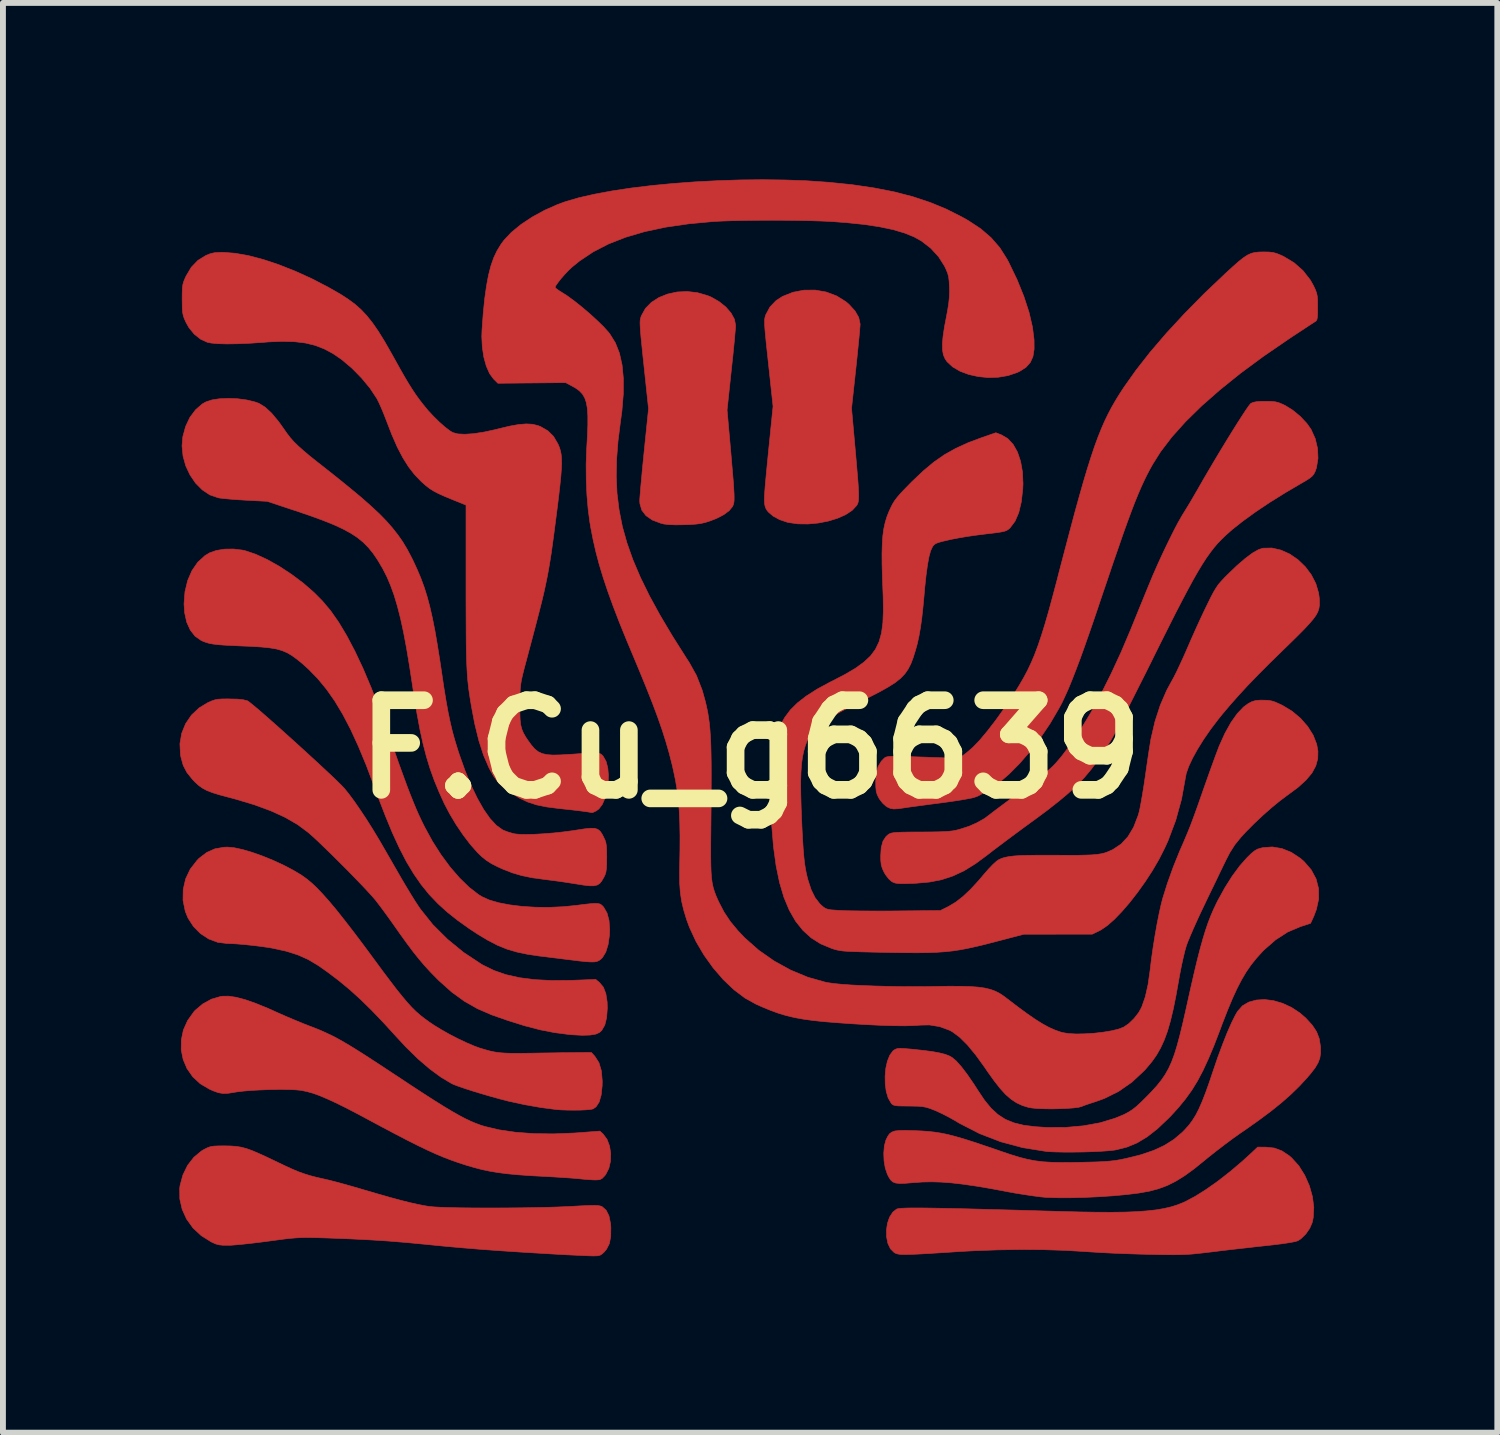
<source format=kicad_pcb>
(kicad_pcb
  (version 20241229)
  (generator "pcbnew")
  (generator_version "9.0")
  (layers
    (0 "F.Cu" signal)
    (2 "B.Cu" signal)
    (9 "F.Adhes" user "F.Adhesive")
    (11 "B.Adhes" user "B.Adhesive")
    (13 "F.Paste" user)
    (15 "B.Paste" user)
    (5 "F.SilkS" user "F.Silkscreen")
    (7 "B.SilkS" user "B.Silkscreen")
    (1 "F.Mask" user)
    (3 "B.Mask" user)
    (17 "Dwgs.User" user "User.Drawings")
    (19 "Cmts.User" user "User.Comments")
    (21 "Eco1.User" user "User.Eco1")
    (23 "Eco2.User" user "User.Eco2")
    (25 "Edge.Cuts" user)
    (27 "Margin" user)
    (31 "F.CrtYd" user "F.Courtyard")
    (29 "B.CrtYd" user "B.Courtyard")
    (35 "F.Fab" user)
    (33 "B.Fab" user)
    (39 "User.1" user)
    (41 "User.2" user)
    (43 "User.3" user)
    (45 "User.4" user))
  (footprint "F.Cu_g6639"
    (layer "F.Cu")
    (at 9.71 9.689)
    (property "Reference" "F.Cu_g6639" (at 0 0 0) (layer "F.SilkS") (effects (font (size 1.524 1.524) (thickness 0.3))))
    (attr through_hole)
    (fp_poly (pts (xy 1.287 -7.774) (xy 1.463 -7.708) (xy 1.62 -7.61) (xy 1.674 -7.564) (xy 1.777 -7.451) (xy 1.839 -7.342) (xy 1.862 -7.236) (xy 1.863 -7.224) (xy 1.86 -7.183) (xy 1.854 -7.107) (xy 1.844 -7) (xy 1.831 -6.868) (xy 1.816 -6.717) (xy 1.799 -6.553) (xy 1.79 -6.47) (xy 1.717 -5.797) (xy 1.779 -5.105) (xy 1.798 -4.888) (xy 1.813 -4.709) (xy 1.825 -4.564) (xy 1.833 -4.449) (xy 1.837 -4.36) (xy 1.838 -4.292) (xy 1.835 -4.241) (xy 1.83 -4.204) (xy 1.821 -4.176) (xy 1.809 -4.153) (xy 1.804 -4.145) (xy 1.727 -4.062) (xy 1.616 -3.989) (xy 1.478 -3.928) (xy 1.321 -3.88) (xy 1.151 -3.847) (xy 0.977 -3.831) (xy 0.806 -3.833) (xy 0.644 -3.856) (xy 0.624 -3.861) (xy 0.496 -3.904) (xy 0.385 -3.964) (xy 0.302 -4.035) (xy 0.281 -4.062) (xy 0.265 -4.087) (xy 0.253 -4.114) (xy 0.244 -4.146) (xy 0.238 -4.188) (xy 0.236 -4.243) (xy 0.238 -4.317) (xy 0.244 -4.411) (xy 0.254 -4.532) (xy 0.268 -4.682) (xy 0.286 -4.867) (xy 0.308 -5.089) (xy 0.383 -5.831) (xy 0.304 -6.564) (xy 0.283 -6.759) (xy 0.266 -6.917) (xy 0.254 -7.042) (xy 0.245 -7.139) (xy 0.24 -7.213) (xy 0.239 -7.268) (xy 0.24 -7.309) (xy 0.245 -7.34) (xy 0.252 -7.367) (xy 0.26 -7.389) (xy 0.331 -7.521) (xy 0.435 -7.629) (xy 0.543 -7.699) (xy 0.721 -7.77) (xy 0.909 -7.806) (xy 1.1 -7.807) (xy 1.287 -7.774)) (stroke (width 0.01) (type solid)) (fill yes) (layer "F.Cu"))
    (fp_poly (pts (xy -0.902 -7.763) (xy -0.732 -7.714) (xy -0.667 -7.687) (xy -0.533 -7.61) (xy -0.419 -7.518) (xy -0.331 -7.416) (xy -0.274 -7.311) (xy -0.254 -7.209) (xy -0.254 -7.208) (xy -0.256 -7.166) (xy -0.263 -7.087) (xy -0.272 -6.979) (xy -0.285 -6.845) (xy -0.3 -6.694) (xy -0.318 -6.529) (xy -0.327 -6.444) (xy -0.399 -5.768) (xy -0.337 -5.069) (xy -0.319 -4.856) (xy -0.304 -4.681) (xy -0.292 -4.539) (xy -0.285 -4.427) (xy -0.28 -4.34) (xy -0.279 -4.274) (xy -0.28 -4.225) (xy -0.285 -4.189) (xy -0.292 -4.161) (xy -0.302 -4.137) (xy -0.307 -4.127) (xy -0.363 -4.058) (xy -0.455 -3.989) (xy -0.579 -3.925) (xy -0.691 -3.882) (xy -0.772 -3.856) (xy -0.848 -3.839) (xy -0.932 -3.828) (xy -1.036 -3.821) (xy -1.132 -3.818) (xy -1.275 -3.816) (xy -1.385 -3.82) (xy -1.471 -3.83) (xy -1.524 -3.843) (xy -1.67 -3.898) (xy -1.778 -3.973) (xy -1.849 -4.066) (xy -1.881 -4.178) (xy -1.884 -4.223) (xy -1.882 -4.269) (xy -1.875 -4.351) (xy -1.866 -4.464) (xy -1.853 -4.602) (xy -1.839 -4.759) (xy -1.822 -4.929) (xy -1.809 -5.059) (xy -1.734 -5.789) (xy -1.813 -6.532) (xy -1.834 -6.729) (xy -1.85 -6.888) (xy -1.863 -7.015) (xy -1.871 -7.113) (xy -1.876 -7.187) (xy -1.878 -7.243) (xy -1.877 -7.285) (xy -1.872 -7.317) (xy -1.865 -7.344) (xy -1.856 -7.37) (xy -1.855 -7.372) (xy -1.786 -7.496) (xy -1.685 -7.599) (xy -1.557 -7.681) (xy -1.41 -7.74) (xy -1.247 -7.775) (xy -1.076 -7.783) (xy -0.902 -7.763)) (stroke (width 0.01) (type solid)) (fill yes) (layer "F.Cu"))
    (fp_poly (pts (xy 8.761 6.764) (xy 8.905 6.779) (xy 9.035 6.828) (xy 9.16 6.912) (xy 9.199 6.946) (xy 9.322 7.082) (xy 9.423 7.244) (xy 9.501 7.421) (xy 9.553 7.606) (xy 9.576 7.789) (xy 9.566 7.964) (xy 9.548 8.048) (xy 9.506 8.145) (xy 9.439 8.241) (xy 9.359 8.319) (xy 9.307 8.354) (xy 9.259 8.369) (xy 9.171 8.386) (xy 9.045 8.405) (xy 8.884 8.425) (xy 8.775 8.437) (xy 8.598 8.456) (xy 8.398 8.479) (xy 8.192 8.502) (xy 7.997 8.525) (xy 7.853 8.543) (xy 7.716 8.559) (xy 7.601 8.572) (xy 7.499 8.582) (xy 7.401 8.588) (xy 7.3 8.591) (xy 7.186 8.593) (xy 7.052 8.592) (xy 6.888 8.589) (xy 6.784 8.587) (xy 6.594 8.582) (xy 6.388 8.575) (xy 6.179 8.567) (xy 5.978 8.557) (xy 5.799 8.546) (xy 5.694 8.539) (xy 5.357 8.519) (xy 4.989 8.507) (xy 4.603 8.504) (xy 4.208 8.51) (xy 3.816 8.524) (xy 3.556 8.538) (xy 3.32 8.554) (xy 3.122 8.566) (xy 2.959 8.576) (xy 2.826 8.583) (xy 2.721 8.587) (xy 2.64 8.589) (xy 2.578 8.588) (xy 2.532 8.585) (xy 2.498 8.579) (xy 2.473 8.571) (xy 2.453 8.561) (xy 2.442 8.555) (xy 2.378 8.491) (xy 2.335 8.4) (xy 2.313 8.291) (xy 2.311 8.174) (xy 2.328 8.059) (xy 2.364 7.954) (xy 2.419 7.869) (xy 2.484 7.817) (xy 2.501 7.812) (xy 2.53 7.807) (xy 2.573 7.803) (xy 2.632 7.8) (xy 2.709 7.798) (xy 2.806 7.798) (xy 2.925 7.798) (xy 3.068 7.8) (xy 3.238 7.803) (xy 3.435 7.807) (xy 3.663 7.812) (xy 3.924 7.819) (xy 4.219 7.827) (xy 4.55 7.836) (xy 4.92 7.847) (xy 5.251 7.856) (xy 5.585 7.865) (xy 5.88 7.87) (xy 6.141 7.871) (xy 6.369 7.868) (xy 6.569 7.86) (xy 6.743 7.847) (xy 6.896 7.83) (xy 7.03 7.807) (xy 7.15 7.779) (xy 7.258 7.745) (xy 7.358 7.705) (xy 7.387 7.692) (xy 7.555 7.603) (xy 7.743 7.485) (xy 7.942 7.345) (xy 8.145 7.187) (xy 8.346 7.017) (xy 8.456 6.918) (xy 8.622 6.763) (xy 8.761 6.764)) (stroke (width 0.01) (type solid)) (fill yes) (layer "F.Cu"))
    (fp_poly (pts (xy -8.745 4.216) (xy -8.593 4.256) (xy -8.414 4.319) (xy -8.205 4.404) (xy -8.036 4.48) (xy -7.907 4.537) (xy -7.758 4.6) (xy -7.611 4.661) (xy -7.513 4.699) (xy -7.404 4.741) (xy -7.303 4.782) (xy -7.208 4.825) (xy -7.113 4.87) (xy -7.014 4.922) (xy -6.908 4.982) (xy -6.789 5.053) (xy -6.654 5.137) (xy -6.499 5.236) (xy -6.318 5.354) (xy -6.109 5.492) (xy -6.011 5.556) (xy -5.77 5.716) (xy -5.56 5.853) (xy -5.378 5.97) (xy -5.22 6.069) (xy -5.083 6.151) (xy -4.964 6.219) (xy -4.859 6.275) (xy -4.765 6.32) (xy -4.678 6.357) (xy -4.595 6.388) (xy -4.519 6.412) (xy -4.272 6.47) (xy -3.992 6.511) (xy -3.683 6.534) (xy -3.35 6.538) (xy -2.999 6.524) (xy -2.927 6.519) (xy -2.561 6.491) (xy -2.506 6.542) (xy -2.44 6.631) (xy -2.397 6.744) (xy -2.377 6.872) (xy -2.381 7.002) (xy -2.409 7.124) (xy -2.462 7.228) (xy -2.48 7.251) (xy -2.523 7.295) (xy -2.563 7.316) (xy -2.618 7.321) (xy -2.653 7.321) (xy -2.736 7.317) (xy -2.834 7.309) (xy -2.904 7.302) (xy -2.968 7.296) (xy -3.065 7.288) (xy -3.188 7.28) (xy -3.326 7.271) (xy -3.471 7.263) (xy -3.507 7.261) (xy -3.749 7.248) (xy -3.957 7.233) (xy -4.136 7.216) (xy -4.293 7.196) (xy -4.437 7.172) (xy -4.573 7.143) (xy -4.709 7.107) (xy -4.832 7.071) (xy -4.963 7.029) (xy -5.089 6.984) (xy -5.216 6.936) (xy -5.349 6.88) (xy -5.49 6.816) (xy -5.646 6.741) (xy -5.822 6.653) (xy -6.02 6.55) (xy -6.247 6.43) (xy -6.449 6.322) (xy -6.682 6.197) (xy -6.882 6.093) (xy -7.055 6.008) (xy -7.203 5.94) (xy -7.331 5.886) (xy -7.443 5.846) (xy -7.544 5.818) (xy -7.636 5.799) (xy -7.641 5.798) (xy -7.733 5.789) (xy -7.858 5.784) (xy -8.005 5.783) (xy -8.165 5.785) (xy -8.328 5.791) (xy -8.484 5.799) (xy -8.625 5.811) (xy -8.739 5.825) (xy -8.774 5.831) (xy -8.882 5.848) (xy -8.968 5.851) (xy -9.047 5.838) (xy -9.136 5.806) (xy -9.197 5.779) (xy -9.355 5.686) (xy -9.483 5.567) (xy -9.581 5.427) (xy -9.646 5.273) (xy -9.679 5.109) (xy -9.677 4.94) (xy -9.642 4.772) (xy -9.57 4.611) (xy -9.462 4.46) (xy -9.441 4.437) (xy -9.313 4.329) (xy -9.165 4.248) (xy -9.008 4.202) (xy -8.977 4.198) (xy -8.872 4.197) (xy -8.745 4.216)) (stroke (width 0.01) (type solid)) (fill yes) (layer "F.Cu"))
    (fp_poly (pts (xy -8.943 6.742) (xy -8.839 6.744) (xy -8.747 6.751) (xy -8.662 6.764) (xy -8.574 6.787) (xy -8.478 6.821) (xy -8.365 6.869) (xy -8.227 6.932) (xy -8.097 6.994) (xy -7.934 7.072) (xy -7.8 7.134) (xy -7.686 7.182) (xy -7.582 7.219) (xy -7.482 7.25) (xy -7.374 7.278) (xy -7.271 7.301) (xy -7.184 7.321) (xy -7.066 7.351) (xy -6.929 7.388) (xy -6.782 7.429) (xy -6.637 7.471) (xy -6.625 7.475) (xy -6.365 7.551) (xy -6.142 7.615) (xy -5.95 7.667) (xy -5.786 7.708) (xy -5.647 7.739) (xy -5.527 7.762) (xy -5.457 7.773) (xy -5.379 7.78) (xy -5.265 7.786) (xy -5.119 7.791) (xy -4.946 7.795) (xy -4.753 7.797) (xy -4.545 7.798) (xy -4.326 7.798) (xy -4.103 7.797) (xy -3.881 7.795) (xy -3.665 7.791) (xy -3.46 7.787) (xy -3.272 7.781) (xy -3.107 7.774) (xy -3.044 7.771) (xy -2.89 7.762) (xy -2.773 7.757) (xy -2.686 7.754) (xy -2.623 7.755) (xy -2.579 7.759) (xy -2.547 7.766) (xy -2.523 7.776) (xy -2.455 7.836) (xy -2.407 7.931) (xy -2.38 8.064) (xy -2.375 8.129) (xy -2.377 8.281) (xy -2.4 8.403) (xy -2.448 8.498) (xy -2.487 8.545) (xy -2.526 8.581) (xy -2.56 8.602) (xy -2.604 8.611) (xy -2.67 8.613) (xy -2.713 8.612) (xy -2.773 8.61) (xy -2.869 8.606) (xy -2.994 8.6) (xy -3.141 8.593) (xy -3.302 8.584) (xy -3.472 8.574) (xy -3.524 8.571) (xy -3.905 8.548) (xy -4.252 8.525) (xy -4.573 8.502) (xy -4.877 8.477) (xy -5.171 8.451) (xy -5.465 8.422) (xy -5.546 8.414) (xy -5.85 8.385) (xy -6.155 8.36) (xy -6.47 8.34) (xy -6.805 8.323) (xy -7.17 8.309) (xy -7.26 8.306) (xy -7.402 8.302) (xy -7.518 8.3) (xy -7.618 8.301) (xy -7.712 8.305) (xy -7.809 8.313) (xy -7.921 8.325) (xy -8.056 8.343) (xy -8.191 8.361) (xy -8.344 8.381) (xy -8.495 8.399) (xy -8.633 8.414) (xy -8.752 8.425) (xy -8.842 8.432) (xy -8.869 8.432) (xy -8.964 8.432) (xy -9.032 8.425) (xy -9.091 8.41) (xy -9.155 8.381) (xy -9.175 8.371) (xy -9.34 8.267) (xy -9.479 8.137) (xy -9.588 7.986) (xy -9.663 7.82) (xy -9.703 7.645) (xy -9.705 7.464) (xy -9.699 7.416) (xy -9.65 7.236) (xy -9.571 7.074) (xy -9.464 6.936) (xy -9.334 6.828) (xy -9.282 6.798) (xy -9.231 6.773) (xy -9.183 6.756) (xy -9.129 6.747) (xy -9.055 6.743) (xy -8.952 6.742) (xy -8.943 6.742)) (stroke (width 0.01) (type solid)) (fill yes) (layer "F.Cu"))
    (fp_poly (pts (xy -8.776 1.674) (xy -8.633 1.705) (xy -8.471 1.753) (xy -8.296 1.815) (xy -8.117 1.888) (xy -7.941 1.969) (xy -7.775 2.056) (xy -7.628 2.144) (xy -7.628 2.145) (xy -7.547 2.203) (xy -7.462 2.273) (xy -7.371 2.359) (xy -7.272 2.463) (xy -7.162 2.587) (xy -7.039 2.734) (xy -6.902 2.907) (xy -6.747 3.107) (xy -6.573 3.338) (xy -6.404 3.567) (xy -6.256 3.768) (xy -6.128 3.938) (xy -6.019 4.081) (xy -5.923 4.2) (xy -5.839 4.3) (xy -5.762 4.385) (xy -5.689 4.457) (xy -5.617 4.52) (xy -5.542 4.579) (xy -5.462 4.637) (xy -5.387 4.688) (xy -5.265 4.763) (xy -5.124 4.843) (xy -4.975 4.92) (xy -4.829 4.989) (xy -4.698 5.045) (xy -4.614 5.076) (xy -4.518 5.105) (xy -4.433 5.129) (xy -4.352 5.146) (xy -4.268 5.158) (xy -4.173 5.165) (xy -4.06 5.169) (xy -3.922 5.169) (xy -3.752 5.167) (xy -3.683 5.166) (xy -3.521 5.163) (xy -3.36 5.161) (xy -3.208 5.158) (xy -3.075 5.157) (xy -2.97 5.156) (xy -2.925 5.155) (xy -2.706 5.154) (xy -2.645 5.222) (xy -2.577 5.329) (xy -2.536 5.468) (xy -2.521 5.641) (xy -2.523 5.723) (xy -2.54 5.879) (xy -2.574 5.997) (xy -2.626 6.077) (xy -2.677 6.113) (xy -2.719 6.122) (xy -2.794 6.129) (xy -2.891 6.134) (xy -3.002 6.135) (xy -3.115 6.134) (xy -3.222 6.13) (xy -3.302 6.124) (xy -3.563 6.09) (xy -3.838 6.042) (xy -4.104 5.984) (xy -4.119 5.981) (xy -4.258 5.945) (xy -4.406 5.904) (xy -4.558 5.86) (xy -4.704 5.816) (xy -4.838 5.773) (xy -4.952 5.734) (xy -5.039 5.702) (xy -5.082 5.682) (xy -5.26 5.576) (xy -5.452 5.435) (xy -5.654 5.262) (xy -5.86 5.06) (xy -6.017 4.891) (xy -6.238 4.649) (xy -6.441 4.437) (xy -6.632 4.25) (xy -6.817 4.083) (xy -7.002 3.93) (xy -7.192 3.786) (xy -7.353 3.673) (xy -7.519 3.574) (xy -7.696 3.495) (xy -7.895 3.432) (xy -8.124 3.382) (xy -8.139 3.379) (xy -8.285 3.356) (xy -8.445 3.336) (xy -8.606 3.319) (xy -8.753 3.307) (xy -8.875 3.302) (xy -8.892 3.302) (xy -9.056 3.282) (xy -9.212 3.224) (xy -9.352 3.132) (xy -9.471 3.012) (xy -9.564 2.868) (xy -9.61 2.755) (xy -9.648 2.568) (xy -9.645 2.382) (xy -9.604 2.203) (xy -9.525 2.037) (xy -9.41 1.889) (xy -9.374 1.852) (xy -9.244 1.753) (xy -9.106 1.692) (xy -8.952 1.665) (xy -8.89 1.663) (xy -8.776 1.674)) (stroke (width 0.01) (type solid)) (fill yes) (layer "F.Cu"))
    (fp_poly (pts (xy -8.858 -0.856) (xy -8.721 -0.853) (xy -8.622 -0.842) (xy -8.556 -0.825) (xy -8.552 -0.824) (xy -8.522 -0.803) (xy -8.464 -0.756) (xy -8.382 -0.688) (xy -8.281 -0.601) (xy -8.164 -0.498) (xy -8.035 -0.384) (xy -7.898 -0.261) (xy -7.756 -0.133) (xy -7.613 -0.003) (xy -7.473 0.125) (xy -7.339 0.248) (xy -7.216 0.363) (xy -7.107 0.465) (xy -7.016 0.553) (xy -6.947 0.621) (xy -6.904 0.667) (xy -6.829 0.76) (xy -6.738 0.883) (xy -6.637 1.029) (xy -6.53 1.19) (xy -6.423 1.36) (xy -6.319 1.532) (xy -6.281 1.598) (xy -6.213 1.715) (xy -6.133 1.854) (xy -6.048 2.002) (xy -5.966 2.144) (xy -5.927 2.212) (xy -5.854 2.335) (xy -5.779 2.459) (xy -5.708 2.574) (xy -5.646 2.669) (xy -5.612 2.718) (xy -5.401 2.982) (xy -5.154 3.228) (xy -4.878 3.454) (xy -4.577 3.653) (xy -4.551 3.668) (xy -4.366 3.759) (xy -4.16 3.831) (xy -3.928 3.883) (xy -3.668 3.916) (xy -3.377 3.931) (xy -3.051 3.928) (xy -3.015 3.927) (xy -2.632 3.912) (xy -2.567 3.967) (xy -2.502 4.045) (xy -2.46 4.154) (xy -2.438 4.295) (xy -2.435 4.401) (xy -2.447 4.563) (xy -2.478 4.688) (xy -2.53 4.778) (xy -2.567 4.813) (xy -2.631 4.842) (xy -2.728 4.858) (xy -2.861 4.862) (xy -3.031 4.853) (xy -3.095 4.847) (xy -3.329 4.817) (xy -3.575 4.769) (xy -3.837 4.701) (xy -4.122 4.612) (xy -4.399 4.515) (xy -4.64 4.411) (xy -4.864 4.284) (xy -5.08 4.127) (xy -5.295 3.935) (xy -5.335 3.895) (xy -5.442 3.786) (xy -5.541 3.678) (xy -5.637 3.565) (xy -5.737 3.44) (xy -5.845 3.295) (xy -5.967 3.126) (xy -6.044 3.016) (xy -6.124 2.903) (xy -6.207 2.788) (xy -6.286 2.681) (xy -6.353 2.594) (xy -6.378 2.561) (xy -6.437 2.493) (xy -6.52 2.402) (xy -6.624 2.292) (xy -6.743 2.169) (xy -6.87 2.039) (xy -7.002 1.907) (xy -7.132 1.778) (xy -7.256 1.658) (xy -7.367 1.551) (xy -7.461 1.465) (xy -7.522 1.412) (xy -7.701 1.279) (xy -7.912 1.157) (xy -8.157 1.045) (xy -8.438 0.942) (xy -8.758 0.846) (xy -8.867 0.817) (xy -9.021 0.776) (xy -9.142 0.739) (xy -9.237 0.703) (xy -9.313 0.663) (xy -9.38 0.616) (xy -9.444 0.557) (xy -9.489 0.51) (xy -9.582 0.394) (xy -9.645 0.273) (xy -9.684 0.131) (xy -9.692 0.09) (xy -9.701 -0.094) (xy -9.671 -0.271) (xy -9.604 -0.436) (xy -9.504 -0.582) (xy -9.373 -0.705) (xy -9.229 -0.792) (xy -9.164 -0.821) (xy -9.11 -0.84) (xy -9.054 -0.851) (xy -8.982 -0.856) (xy -8.884 -0.857) (xy -8.858 -0.856)) (stroke (width 0.01) (type solid)) (fill yes) (layer "F.Cu"))
    (fp_poly (pts (xy -8.642 -3.387) (xy -8.594 -3.377) (xy -8.413 -3.316) (xy -8.217 -3.226) (xy -8.011 -3.11) (xy -7.805 -2.975) (xy -7.606 -2.826) (xy -7.422 -2.666) (xy -7.279 -2.522) (xy -7.139 -2.355) (xy -7.001 -2.158) (xy -6.864 -1.929) (xy -6.726 -1.667) (xy -6.586 -1.37) (xy -6.445 -1.036) (xy -6.301 -0.663) (xy -6.161 -0.275) (xy -6.067 -0.006) (xy -5.985 0.228) (xy -5.912 0.429) (xy -5.848 0.604) (xy -5.79 0.756) (xy -5.737 0.888) (xy -5.688 1.007) (xy -5.64 1.116) (xy -5.592 1.218) (xy -5.542 1.319) (xy -5.409 1.563) (xy -5.263 1.792) (xy -5.108 2.002) (xy -4.947 2.188) (xy -4.786 2.345) (xy -4.629 2.467) (xy -4.568 2.505) (xy -4.443 2.562) (xy -4.282 2.609) (xy -4.093 2.645) (xy -3.882 2.671) (xy -3.655 2.685) (xy -3.42 2.687) (xy -3.181 2.676) (xy -2.963 2.654) (xy -2.824 2.636) (xy -2.721 2.625) (xy -2.647 2.62) (xy -2.595 2.622) (xy -2.558 2.631) (xy -2.531 2.649) (xy -2.505 2.675) (xy -2.495 2.688) (xy -2.44 2.783) (xy -2.406 2.911) (xy -2.395 3.064) (xy -2.398 3.154) (xy -2.421 3.317) (xy -2.461 3.447) (xy -2.517 3.54) (xy -2.544 3.566) (xy -2.575 3.59) (xy -2.61 3.606) (xy -2.654 3.614) (xy -2.715 3.615) (xy -2.799 3.61) (xy -2.913 3.598) (xy -3.016 3.585) (xy -3.124 3.572) (xy -3.259 3.555) (xy -3.406 3.537) (xy -3.549 3.519) (xy -3.588 3.515) (xy -3.794 3.484) (xy -3.975 3.446) (xy -4.141 3.397) (xy -4.301 3.332) (xy -4.465 3.247) (xy -4.643 3.14) (xy -4.784 3.047) (xy -4.979 2.908) (xy -5.155 2.768) (xy -5.315 2.623) (xy -5.463 2.468) (xy -5.599 2.3) (xy -5.727 2.115) (xy -5.85 1.91) (xy -5.969 1.68) (xy -6.088 1.422) (xy -6.208 1.131) (xy -6.334 0.805) (xy -6.395 0.638) (xy -6.531 0.276) (xy -6.665 -0.047) (xy -6.797 -0.335) (xy -6.931 -0.592) (xy -7.067 -0.819) (xy -7.209 -1.021) (xy -7.357 -1.201) (xy -7.515 -1.363) (xy -7.624 -1.461) (xy -7.717 -1.536) (xy -7.8 -1.596) (xy -7.881 -1.643) (xy -7.966 -1.679) (xy -8.062 -1.706) (xy -8.175 -1.725) (xy -8.312 -1.739) (xy -8.48 -1.75) (xy -8.636 -1.756) (xy -8.808 -1.764) (xy -8.945 -1.771) (xy -9.051 -1.779) (xy -9.134 -1.789) (xy -9.201 -1.801) (xy -9.256 -1.817) (xy -9.307 -1.836) (xy -9.34 -1.851) (xy -9.443 -1.923) (xy -9.525 -2.028) (xy -9.586 -2.163) (xy -9.621 -2.323) (xy -9.631 -2.473) (xy -9.615 -2.68) (xy -9.569 -2.87) (xy -9.496 -3.038) (xy -9.398 -3.18) (xy -9.277 -3.291) (xy -9.198 -3.339) (xy -9.083 -3.38) (xy -8.943 -3.403) (xy -8.791 -3.405) (xy -8.642 -3.387)) (stroke (width 0.01) (type solid)) (fill yes) (layer "F.Cu"))
    (fp_poly (pts (xy 8.89 4.273) (xy 9.044 4.318) (xy 9.196 4.388) (xy 9.34 4.483) (xy 9.442 4.572) (xy 9.55 4.691) (xy 9.624 4.803) (xy 9.668 4.919) (xy 9.689 5.049) (xy 9.691 5.072) (xy 9.691 5.168) (xy 9.678 5.252) (xy 9.647 5.332) (xy 9.596 5.418) (xy 9.519 5.517) (xy 9.458 5.588) (xy 9.329 5.728) (xy 9.189 5.864) (xy 9.033 6.002) (xy 8.856 6.145) (xy 8.653 6.297) (xy 8.419 6.463) (xy 8.328 6.525) (xy 8.205 6.612) (xy 8.064 6.717) (xy 7.919 6.828) (xy 7.784 6.935) (xy 7.728 6.981) (xy 7.545 7.129) (xy 7.382 7.248) (xy 7.231 7.342) (xy 7.086 7.415) (xy 6.938 7.47) (xy 6.781 7.512) (xy 6.606 7.543) (xy 6.6 7.544) (xy 6.399 7.569) (xy 6.173 7.59) (xy 5.932 7.606) (xy 5.687 7.618) (xy 5.449 7.624) (xy 5.229 7.624) (xy 5.039 7.618) (xy 5.016 7.617) (xy 4.925 7.608) (xy 4.804 7.592) (xy 4.662 7.571) (xy 4.51 7.547) (xy 4.36 7.52) (xy 4.348 7.517) (xy 4.068 7.465) (xy 3.823 7.424) (xy 3.608 7.393) (xy 3.416 7.371) (xy 3.243 7.358) (xy 3.081 7.353) (xy 2.926 7.356) (xy 2.772 7.367) (xy 2.765 7.367) (xy 2.634 7.378) (xy 2.538 7.381) (xy 2.469 7.374) (xy 2.419 7.355) (xy 2.382 7.321) (xy 2.349 7.27) (xy 2.326 7.224) (xy 2.291 7.121) (xy 2.27 6.997) (xy 2.265 6.866) (xy 2.275 6.744) (xy 2.301 6.645) (xy 2.303 6.641) (xy 2.332 6.581) (xy 2.362 6.538) (xy 2.401 6.508) (xy 2.454 6.489) (xy 2.53 6.481) (xy 2.633 6.479) (xy 2.771 6.483) (xy 2.789 6.483) (xy 2.914 6.489) (xy 3.027 6.497) (xy 3.134 6.509) (xy 3.242 6.526) (xy 3.354 6.549) (xy 3.477 6.581) (xy 3.617 6.621) (xy 3.778 6.672) (xy 3.966 6.735) (xy 4.187 6.81) (xy 4.256 6.834) (xy 4.424 6.891) (xy 4.57 6.936) (xy 4.704 6.97) (xy 4.833 6.995) (xy 4.966 7.012) (xy 5.11 7.021) (xy 5.276 7.025) (xy 5.47 7.024) (xy 5.598 7.022) (xy 5.77 7.018) (xy 5.907 7.014) (xy 6.018 7.008) (xy 6.11 7.001) (xy 6.192 6.992) (xy 6.271 6.979) (xy 6.355 6.962) (xy 6.392 6.954) (xy 6.641 6.892) (xy 6.854 6.819) (xy 7.037 6.734) (xy 7.197 6.633) (xy 7.339 6.513) (xy 7.385 6.466) (xy 7.452 6.391) (xy 7.512 6.311) (xy 7.568 6.221) (xy 7.622 6.116) (xy 7.677 5.991) (xy 7.736 5.84) (xy 7.801 5.658) (xy 7.861 5.479) (xy 7.945 5.233) (xy 8.028 5.01) (xy 8.106 4.813) (xy 8.179 4.647) (xy 8.245 4.515) (xy 8.282 4.453) (xy 8.363 4.361) (xy 8.47 4.298) (xy 8.598 4.263) (xy 8.739 4.254) (xy 8.89 4.273)) (stroke (width 0.01) (type solid)) (fill yes) (layer "F.Cu"))
    (fp_poly (pts (xy 9.033 1.687) (xy 9.194 1.752) (xy 9.347 1.853) (xy 9.409 1.907) (xy 9.532 2.049) (xy 9.615 2.204) (xy 9.657 2.369) (xy 9.659 2.543) (xy 9.619 2.725) (xy 9.577 2.836) (xy 9.521 2.958) (xy 9.344 3.016) (xy 9.13 3.107) (xy 8.925 3.24) (xy 8.728 3.412) (xy 8.698 3.443) (xy 8.6 3.552) (xy 8.511 3.663) (xy 8.428 3.782) (xy 8.35 3.914) (xy 8.272 4.064) (xy 8.192 4.238) (xy 8.108 4.44) (xy 8.016 4.676) (xy 7.98 4.773) (xy 7.879 5.036) (xy 7.783 5.264) (xy 7.691 5.463) (xy 7.598 5.639) (xy 7.5 5.798) (xy 7.394 5.945) (xy 7.277 6.088) (xy 7.145 6.233) (xy 7.101 6.277) (xy 6.919 6.45) (xy 6.744 6.587) (xy 6.574 6.69) (xy 6.4 6.762) (xy 6.219 6.808) (xy 6.179 6.815) (xy 6.084 6.825) (xy 5.957 6.834) (xy 5.808 6.841) (xy 5.646 6.846) (xy 5.481 6.848) (xy 5.322 6.848) (xy 5.181 6.845) (xy 5.066 6.84) (xy 5.019 6.835) (xy 4.626 6.772) (xy 4.253 6.672) (xy 3.897 6.535) (xy 3.554 6.359) (xy 3.474 6.311) (xy 3.371 6.253) (xy 3.256 6.194) (xy 3.149 6.145) (xy 3.125 6.135) (xy 3.048 6.105) (xy 2.985 6.086) (xy 2.924 6.074) (xy 2.85 6.068) (xy 2.754 6.066) (xy 2.692 6.065) (xy 2.582 6.064) (xy 2.507 6.062) (xy 2.457 6.056) (xy 2.426 6.046) (xy 2.404 6.031) (xy 2.39 6.014) (xy 2.34 5.927) (xy 2.307 5.816) (xy 2.29 5.689) (xy 2.288 5.555) (xy 2.3 5.423) (xy 2.327 5.302) (xy 2.368 5.2) (xy 2.422 5.127) (xy 2.444 5.111) (xy 2.471 5.096) (xy 2.502 5.087) (xy 2.545 5.084) (xy 2.61 5.087) (xy 2.704 5.095) (xy 2.758 5.1) (xy 2.945 5.12) (xy 3.096 5.14) (xy 3.214 5.162) (xy 3.306 5.185) (xy 3.377 5.212) (xy 3.426 5.239) (xy 3.499 5.301) (xy 3.587 5.4) (xy 3.688 5.533) (xy 3.8 5.697) (xy 3.865 5.798) (xy 3.978 5.967) (xy 4.089 6.102) (xy 4.205 6.209) (xy 4.331 6.291) (xy 4.475 6.35) (xy 4.641 6.391) (xy 4.838 6.416) (xy 5.038 6.429) (xy 5.357 6.428) (xy 5.659 6.401) (xy 5.94 6.35) (xy 6.193 6.274) (xy 6.346 6.211) (xy 6.422 6.171) (xy 6.49 6.128) (xy 6.56 6.073) (xy 6.64 5.999) (xy 6.721 5.919) (xy 6.823 5.814) (xy 6.91 5.718) (xy 6.985 5.624) (xy 7.05 5.529) (xy 7.107 5.428) (xy 7.158 5.316) (xy 7.206 5.187) (xy 7.252 5.038) (xy 7.299 4.863) (xy 7.349 4.657) (xy 7.404 4.416) (xy 7.421 4.339) (xy 7.485 4.051) (xy 7.543 3.799) (xy 7.595 3.581) (xy 7.644 3.391) (xy 7.69 3.226) (xy 7.734 3.081) (xy 7.778 2.952) (xy 7.823 2.835) (xy 7.87 2.725) (xy 7.921 2.618) (xy 7.943 2.574) (xy 8.064 2.354) (xy 8.191 2.153) (xy 8.32 1.979) (xy 8.444 1.839) (xy 8.444 1.839) (xy 8.515 1.77) (xy 8.569 1.726) (xy 8.617 1.698) (xy 8.672 1.681) (xy 8.709 1.672) (xy 8.869 1.66) (xy 9.033 1.687)) (stroke (width 0.01) (type solid)) (fill yes) (layer "F.Cu"))
    (fp_poly (pts (xy 8.814 -8.454) (xy 8.885 -8.446) (xy 8.949 -8.428) (xy 9.026 -8.396) (xy 9.066 -8.377) (xy 9.24 -8.272) (xy 9.393 -8.137) (xy 9.517 -7.978) (xy 9.569 -7.885) (xy 9.602 -7.815) (xy 9.623 -7.759) (xy 9.635 -7.702) (xy 9.64 -7.632) (xy 9.641 -7.536) (xy 9.641 -7.517) (xy 9.641 -7.416) (xy 9.637 -7.35) (xy 9.63 -7.309) (xy 9.617 -7.285) (xy 9.601 -7.273) (xy 9.573 -7.255) (xy 9.514 -7.217) (xy 9.432 -7.163) (xy 9.331 -7.096) (xy 9.216 -7.021) (xy 9.146 -6.974) (xy 8.719 -6.681) (xy 8.33 -6.394) (xy 7.98 -6.112) (xy 7.668 -5.838) (xy 7.395 -5.57) (xy 7.162 -5.31) (xy 6.97 -5.058) (xy 6.84 -4.852) (xy 6.788 -4.759) (xy 6.738 -4.664) (xy 6.689 -4.563) (xy 6.639 -4.454) (xy 6.587 -4.333) (xy 6.532 -4.198) (xy 6.473 -4.044) (xy 6.408 -3.868) (xy 6.336 -3.668) (xy 6.257 -3.439) (xy 6.167 -3.18) (xy 6.068 -2.886) (xy 5.979 -2.625) (xy 5.87 -2.3) (xy 5.771 -2.012) (xy 5.682 -1.758) (xy 5.602 -1.536) (xy 5.529 -1.343) (xy 5.463 -1.174) (xy 5.403 -1.028) (xy 5.346 -0.901) (xy 5.293 -0.789) (xy 5.245 -0.699) (xy 5.094 -0.441) (xy 4.929 -0.196) (xy 4.755 0.032) (xy 4.575 0.24) (xy 4.392 0.424) (xy 4.211 0.58) (xy 4.034 0.704) (xy 3.866 0.794) (xy 3.81 0.815) (xy 3.761 0.828) (xy 3.678 0.844) (xy 3.568 0.863) (xy 3.438 0.883) (xy 3.296 0.903) (xy 3.228 0.912) (xy 3.08 0.931) (xy 2.939 0.95) (xy 2.813 0.967) (xy 2.708 0.981) (xy 2.634 0.992) (xy 2.614 0.995) (xy 2.51 1.01) (xy 2.436 1.014) (xy 2.381 1.006) (xy 2.333 0.985) (xy 2.305 0.968) (xy 2.25 0.919) (xy 2.197 0.852) (xy 2.18 0.825) (xy 2.153 0.769) (xy 2.137 0.715) (xy 2.13 0.646) (xy 2.128 0.55) (xy 2.138 0.406) (xy 2.169 0.293) (xy 2.223 0.203) (xy 2.265 0.159) (xy 2.279 0.146) (xy 2.295 0.136) (xy 2.316 0.129) (xy 2.347 0.123) (xy 2.392 0.12) (xy 2.455 0.119) (xy 2.542 0.12) (xy 2.656 0.123) (xy 2.802 0.128) (xy 2.984 0.134) (xy 3.069 0.137) (xy 3.545 0.154) (xy 3.674 0.058) (xy 3.777 -0.031) (xy 3.897 -0.155) (xy 4.029 -0.313) (xy 4.173 -0.5) (xy 4.327 -0.716) (xy 4.383 -0.798) (xy 4.478 -0.942) (xy 4.562 -1.077) (xy 4.638 -1.207) (xy 4.707 -1.336) (xy 4.77 -1.469) (xy 4.83 -1.61) (xy 4.888 -1.765) (xy 4.946 -1.937) (xy 5.006 -2.13) (xy 5.07 -2.351) (xy 5.138 -2.602) (xy 5.214 -2.888) (xy 5.241 -2.995) (xy 5.341 -3.377) (xy 5.432 -3.721) (xy 5.514 -4.03) (xy 5.591 -4.307) (xy 5.661 -4.553) (xy 5.727 -4.774) (xy 5.789 -4.97) (xy 5.848 -5.146) (xy 5.906 -5.304) (xy 5.963 -5.447) (xy 6.02 -5.578) (xy 6.079 -5.7) (xy 6.14 -5.816) (xy 6.205 -5.929) (xy 6.274 -6.041) (xy 6.344 -6.149) (xy 6.552 -6.443) (xy 6.795 -6.753) (xy 7.072 -7.076) (xy 7.379 -7.408) (xy 7.713 -7.747) (xy 8.074 -8.09) (xy 8.086 -8.101) (xy 8.207 -8.212) (xy 8.305 -8.298) (xy 8.384 -8.36) (xy 8.452 -8.404) (xy 8.514 -8.432) (xy 8.576 -8.447) (xy 8.645 -8.454) (xy 8.721 -8.456) (xy 8.814 -8.454)) (stroke (width 0.01) (type solid)) (fill yes) (layer "F.Cu"))
    (fp_poly (pts (xy -8.722 -5.96) (xy -8.57 -5.94) (xy -8.434 -5.908) (xy -8.359 -5.882) (xy -8.255 -5.818) (xy -8.143 -5.715) (xy -8.024 -5.572) (xy -7.937 -5.45) (xy -7.881 -5.37) (xy -7.825 -5.297) (xy -7.763 -5.227) (xy -7.69 -5.156) (xy -7.602 -5.077) (xy -7.493 -4.985) (xy -7.357 -4.877) (xy -7.274 -4.812) (xy -7.025 -4.615) (xy -6.807 -4.438) (xy -6.617 -4.28) (xy -6.454 -4.136) (xy -6.312 -4.004) (xy -6.191 -3.88) (xy -6.086 -3.76) (xy -5.994 -3.643) (xy -5.912 -3.525) (xy -5.838 -3.401) (xy -5.769 -3.271) (xy -5.739 -3.212) (xy -5.669 -3.06) (xy -5.606 -2.911) (xy -5.55 -2.759) (xy -5.499 -2.598) (xy -5.453 -2.425) (xy -5.409 -2.233) (xy -5.366 -2.017) (xy -5.324 -1.773) (xy -5.28 -1.495) (xy -5.251 -1.302) (xy -5.213 -1.046) (xy -5.177 -0.825) (xy -5.142 -0.632) (xy -5.106 -0.459) (xy -5.068 -0.299) (xy -5.025 -0.145) (xy -4.977 0.011) (xy -4.953 0.085) (xy -4.853 0.366) (xy -4.749 0.618) (xy -4.642 0.839) (xy -4.535 1.027) (xy -4.428 1.179) (xy -4.322 1.293) (xy -4.218 1.368) (xy -4.206 1.374) (xy -4.128 1.405) (xy -4.038 1.431) (xy -4.006 1.438) (xy -3.927 1.446) (xy -3.814 1.448) (xy -3.676 1.445) (xy -3.52 1.436) (xy -3.354 1.423) (xy -3.187 1.405) (xy -3.026 1.384) (xy -2.95 1.372) (xy -2.818 1.352) (xy -2.72 1.342) (xy -2.648 1.344) (xy -2.597 1.361) (xy -2.557 1.393) (xy -2.523 1.444) (xy -2.498 1.492) (xy -2.474 1.543) (xy -2.459 1.592) (xy -2.45 1.649) (xy -2.446 1.726) (xy -2.445 1.833) (xy -2.445 1.841) (xy -2.446 1.952) (xy -2.451 2.031) (xy -2.459 2.089) (xy -2.474 2.135) (xy -2.492 2.173) (xy -2.528 2.235) (xy -2.563 2.279) (xy -2.606 2.307) (xy -2.662 2.32) (xy -2.739 2.32) (xy -2.843 2.308) (xy -2.981 2.286) (xy -2.995 2.284) (xy -3.114 2.265) (xy -3.256 2.244) (xy -3.401 2.225) (xy -3.503 2.212) (xy -3.709 2.184) (xy -3.886 2.148) (xy -4.047 2.101) (xy -4.206 2.039) (xy -4.295 1.999) (xy -4.405 1.943) (xy -4.491 1.888) (xy -4.571 1.823) (xy -4.645 1.751) (xy -4.761 1.62) (xy -4.883 1.46) (xy -5.004 1.282) (xy -5.114 1.098) (xy -5.206 0.923) (xy -5.296 0.724) (xy -5.376 0.53) (xy -5.447 0.332) (xy -5.51 0.127) (xy -5.567 -0.094) (xy -5.62 -0.335) (xy -5.67 -0.603) (xy -5.72 -0.904) (xy -5.746 -1.079) (xy -5.798 -1.418) (xy -5.848 -1.719) (xy -5.898 -1.984) (xy -5.949 -2.22) (xy -6.002 -2.428) (xy -6.057 -2.613) (xy -6.117 -2.78) (xy -6.181 -2.931) (xy -6.252 -3.071) (xy -6.33 -3.203) (xy -6.343 -3.224) (xy -6.418 -3.334) (xy -6.497 -3.431) (xy -6.584 -3.519) (xy -6.682 -3.599) (xy -6.796 -3.674) (xy -6.931 -3.747) (xy -7.089 -3.82) (xy -7.276 -3.895) (xy -7.496 -3.975) (xy -7.752 -4.062) (xy -7.787 -4.073) (xy -8.218 -4.216) (xy -8.581 -4.235) (xy -8.71 -4.243) (xy -8.832 -4.252) (xy -8.938 -4.262) (xy -9.019 -4.271) (xy -9.052 -4.277) (xy -9.193 -4.326) (xy -9.321 -4.411) (xy -9.435 -4.526) (xy -9.529 -4.664) (xy -9.602 -4.819) (xy -9.648 -4.985) (xy -9.665 -5.157) (xy -9.652 -5.313) (xy -9.605 -5.487) (xy -9.532 -5.642) (xy -9.435 -5.772) (xy -9.321 -5.871) (xy -9.259 -5.906) (xy -9.157 -5.94) (xy -9.026 -5.96) (xy -8.878 -5.966) (xy -8.722 -5.96)) (stroke (width 0.01) (type solid)) (fill yes) (layer "F.Cu"))
    (fp_poly (pts (xy 8.849 -5.915) (xy 8.92 -5.908) (xy 8.98 -5.893) (xy 9.045 -5.866) (xy 9.089 -5.845) (xy 9.218 -5.765) (xy 9.345 -5.66) (xy 9.457 -5.541) (xy 9.529 -5.439) (xy 9.6 -5.282) (xy 9.64 -5.114) (xy 9.647 -4.946) (xy 9.621 -4.786) (xy 9.6 -4.726) (xy 9.578 -4.682) (xy 9.55 -4.646) (xy 9.507 -4.61) (xy 9.44 -4.567) (xy 9.369 -4.526) (xy 9.087 -4.36) (xy 8.822 -4.195) (xy 8.581 -4.033) (xy 8.367 -3.878) (xy 8.184 -3.733) (xy 8.069 -3.63) (xy 8.003 -3.566) (xy 7.939 -3.499) (xy 7.877 -3.426) (xy 7.815 -3.345) (xy 7.75 -3.254) (xy 7.682 -3.149) (xy 7.609 -3.028) (xy 7.528 -2.887) (xy 7.44 -2.725) (xy 7.341 -2.538) (xy 7.23 -2.324) (xy 7.107 -2.08) (xy 6.968 -1.803) (xy 6.814 -1.492) (xy 6.71 -1.283) (xy 6.607 -1.079) (xy 6.509 -0.884) (xy 6.417 -0.703) (xy 6.333 -0.54) (xy 6.26 -0.399) (xy 6.199 -0.285) (xy 6.154 -0.202) (xy 6.134 -0.167) (xy 6.017 0.021) (xy 5.905 0.188) (xy 5.792 0.339) (xy 5.675 0.479) (xy 5.546 0.613) (xy 5.402 0.747) (xy 5.237 0.885) (xy 5.046 1.035) (xy 4.824 1.2) (xy 4.805 1.213) (xy 4.659 1.32) (xy 4.51 1.43) (xy 4.366 1.537) (xy 4.233 1.637) (xy 4.12 1.722) (xy 4.034 1.789) (xy 4.032 1.791) (xy 3.825 1.944) (xy 3.631 2.064) (xy 3.441 2.153) (xy 3.247 2.217) (xy 3.04 2.257) (xy 2.812 2.277) (xy 2.762 2.279) (xy 2.643 2.283) (xy 2.557 2.283) (xy 2.498 2.28) (xy 2.456 2.273) (xy 2.423 2.26) (xy 2.398 2.246) (xy 2.349 2.202) (xy 2.298 2.136) (xy 2.271 2.091) (xy 2.24 2.024) (xy 2.222 1.962) (xy 2.214 1.888) (xy 2.213 1.81) (xy 2.222 1.669) (xy 2.252 1.561) (xy 2.304 1.482) (xy 2.346 1.446) (xy 2.368 1.434) (xy 2.397 1.424) (xy 2.438 1.417) (xy 2.498 1.412) (xy 2.581 1.409) (xy 2.693 1.407) (xy 2.84 1.406) (xy 2.9 1.406) (xy 3.065 1.405) (xy 3.194 1.403) (xy 3.295 1.399) (xy 3.375 1.394) (xy 3.44 1.386) (xy 3.498 1.375) (xy 3.556 1.36) (xy 3.559 1.359) (xy 3.708 1.311) (xy 3.85 1.249) (xy 3.972 1.18) (xy 4.047 1.125) (xy 4.083 1.097) (xy 4.148 1.047) (xy 4.236 0.981) (xy 4.342 0.902) (xy 4.46 0.814) (xy 4.572 0.731) (xy 4.724 0.62) (xy 4.846 0.529) (xy 4.944 0.454) (xy 5.022 0.392) (xy 5.085 0.338) (xy 5.139 0.288) (xy 5.187 0.238) (xy 5.234 0.184) (xy 5.287 0.121) (xy 5.291 0.116) (xy 5.453 -0.097) (xy 5.62 -0.349) (xy 5.791 -0.633) (xy 5.962 -0.948) (xy 6.132 -1.288) (xy 6.299 -1.649) (xy 6.46 -2.028) (xy 6.466 -2.043) (xy 6.528 -2.195) (xy 6.596 -2.363) (xy 6.665 -2.531) (xy 6.728 -2.686) (xy 6.768 -2.783) (xy 6.844 -2.966) (xy 6.928 -3.157) (xy 7.016 -3.348) (xy 7.105 -3.533) (xy 7.189 -3.703) (xy 7.267 -3.852) (xy 7.335 -3.971) (xy 7.36 -4.012) (xy 7.415 -4.101) (xy 7.482 -4.212) (xy 7.55 -4.329) (xy 7.599 -4.413) (xy 7.692 -4.576) (xy 7.791 -4.745) (xy 7.892 -4.916) (xy 7.994 -5.086) (xy 8.093 -5.249) (xy 8.188 -5.403) (xy 8.275 -5.542) (xy 8.352 -5.662) (xy 8.416 -5.76) (xy 8.466 -5.832) (xy 8.498 -5.873) (xy 8.505 -5.88) (xy 8.548 -5.899) (xy 8.609 -5.911) (xy 8.699 -5.916) (xy 8.752 -5.916) (xy 8.849 -5.915)) (stroke (width 0.01) (type solid)) (fill yes) (layer "F.Cu"))
    (fp_poly (pts (xy -8.762 -8.433) (xy -8.531 -8.392) (xy -8.281 -8.326) (xy -8.015 -8.237) (xy -7.74 -8.128) (xy -7.46 -8.001) (xy -7.182 -7.857) (xy -6.974 -7.738) (xy -6.844 -7.654) (xy -6.728 -7.569) (xy -6.623 -7.476) (xy -6.523 -7.37) (xy -6.426 -7.248) (xy -6.326 -7.103) (xy -6.219 -6.93) (xy -6.102 -6.725) (xy -6.064 -6.657) (xy -5.968 -6.484) (xy -5.888 -6.343) (xy -5.818 -6.225) (xy -5.755 -6.125) (xy -5.695 -6.034) (xy -5.633 -5.948) (xy -5.574 -5.871) (xy -5.488 -5.766) (xy -5.391 -5.661) (xy -5.291 -5.563) (xy -5.195 -5.478) (xy -5.112 -5.415) (xy -5.062 -5.385) (xy -4.977 -5.362) (xy -4.857 -5.356) (xy -4.708 -5.366) (xy -4.532 -5.393) (xy -4.334 -5.436) (xy -4.276 -5.451) (xy -4.091 -5.495) (xy -3.939 -5.522) (xy -3.813 -5.532) (xy -3.706 -5.526) (xy -3.613 -5.503) (xy -3.567 -5.485) (xy -3.445 -5.414) (xy -3.35 -5.32) (xy -3.276 -5.194) (xy -3.269 -5.18) (xy -3.248 -5.128) (xy -3.232 -5.075) (xy -3.22 -5.016) (xy -3.214 -4.948) (xy -3.212 -4.865) (xy -3.216 -4.765) (xy -3.225 -4.643) (xy -3.24 -4.495) (xy -3.26 -4.317) (xy -3.286 -4.106) (xy -3.318 -3.857) (xy -3.32 -3.842) (xy -3.345 -3.65) (xy -3.368 -3.481) (xy -3.389 -3.329) (xy -3.411 -3.191) (xy -3.433 -3.06) (xy -3.457 -2.931) (xy -3.484 -2.8) (xy -3.514 -2.662) (xy -3.55 -2.511) (xy -3.593 -2.342) (xy -3.642 -2.151) (xy -3.7 -1.931) (xy -3.767 -1.68) (xy -3.811 -1.513) (xy -3.848 -1.375) (xy -3.875 -1.267) (xy -3.895 -1.18) (xy -3.907 -1.104) (xy -3.915 -1.029) (xy -3.919 -0.946) (xy -3.921 -0.844) (xy -3.922 -0.773) (xy -3.922 -0.624) (xy -3.918 -0.508) (xy -3.908 -0.418) (xy -3.889 -0.343) (xy -3.861 -0.276) (xy -3.822 -0.208) (xy -3.79 -0.16) (xy -3.728 -0.074) (xy -3.671 -0.008) (xy -3.612 0.04) (xy -3.544 0.072) (xy -3.462 0.091) (xy -3.359 0.098) (xy -3.227 0.095) (xy -3.06 0.085) (xy -3.037 0.084) (xy -2.884 0.073) (xy -2.767 0.066) (xy -2.68 0.062) (xy -2.619 0.063) (xy -2.577 0.069) (xy -2.548 0.079) (xy -2.527 0.095) (xy -2.508 0.116) (xy -2.504 0.121) (xy -2.456 0.206) (xy -2.427 0.317) (xy -2.416 0.443) (xy -2.421 0.577) (xy -2.441 0.71) (xy -2.475 0.833) (xy -2.521 0.938) (xy -2.58 1.015) (xy -2.624 1.047) (xy -2.668 1.068) (xy -2.692 1.077) (xy -2.692 1.077) (xy -2.715 1.073) (xy -2.767 1.064) (xy -2.826 1.056) (xy -2.894 1.047) (xy -2.993 1.035) (xy -3.11 1.022) (xy -3.232 1.009) (xy -3.26 1.006) (xy -3.464 0.98) (xy -3.637 0.945) (xy -3.788 0.896) (xy -3.927 0.831) (xy -4.065 0.745) (xy -4.141 0.69) (xy -4.233 0.616) (xy -4.304 0.544) (xy -4.365 0.461) (xy -4.425 0.355) (xy -4.45 0.307) (xy -4.539 0.1) (xy -4.618 -0.145) (xy -4.688 -0.43) (xy -4.74 -0.703) (xy -4.759 -0.814) (xy -4.775 -0.915) (xy -4.789 -1.011) (xy -4.8 -1.104) (xy -4.81 -1.199) (xy -4.817 -1.301) (xy -4.823 -1.413) (xy -4.828 -1.539) (xy -4.832 -1.684) (xy -4.834 -1.851) (xy -4.835 -2.045) (xy -4.836 -2.27) (xy -4.837 -2.53) (xy -4.837 -2.769) (xy -4.837 -4.152) (xy -5.059 -4.242) (xy -5.195 -4.298) (xy -5.3 -4.345) (xy -5.383 -4.388) (xy -5.452 -4.431) (xy -5.517 -4.481) (xy -5.585 -4.541) (xy -5.598 -4.553) (xy -5.711 -4.67) (xy -5.814 -4.803) (xy -5.911 -4.957) (xy -6.005 -5.137) (xy -6.098 -5.349) (xy -6.189 -5.584) (xy -6.232 -5.695) (xy -6.277 -5.804) (xy -6.319 -5.897) (xy -6.352 -5.962) (xy -6.468 -6.138) (xy -6.614 -6.314) (xy -6.778 -6.481) (xy -6.951 -6.627) (xy -7.099 -6.728) (xy -7.249 -6.808) (xy -7.404 -6.868) (xy -7.569 -6.908) (xy -7.753 -6.93) (xy -7.961 -6.936) (xy -8.2 -6.926) (xy -8.269 -6.92) (xy -8.503 -6.904) (xy -8.714 -6.895) (xy -8.899 -6.892) (xy -9.052 -6.896) (xy -9.171 -6.907) (xy -9.235 -6.92) (xy -9.35 -6.973) (xy -9.458 -7.059) (xy -9.55 -7.172) (xy -9.601 -7.264) (xy -9.628 -7.325) (xy -9.645 -7.377) (xy -9.656 -7.433) (xy -9.661 -7.503) (xy -9.662 -7.599) (xy -9.663 -7.652) (xy -9.662 -7.762) (xy -9.659 -7.841) (xy -9.651 -7.901) (xy -9.637 -7.952) (xy -9.614 -8.007) (xy -9.597 -8.045) (xy -9.507 -8.196) (xy -9.395 -8.312) (xy -9.259 -8.396) (xy -9.255 -8.398) (xy -9.184 -8.426) (xy -9.115 -8.442) (xy -9.031 -8.448) (xy -8.966 -8.449) (xy -8.762 -8.433)) (stroke (width 0.01) (type solid)) (fill yes) (layer "F.Cu"))
    (fp_poly (pts (xy 4.264 -5.346) (xy 4.372 -5.283) (xy 4.464 -5.184) (xy 4.538 -5.053) (xy 4.591 -4.896) (xy 4.623 -4.715) (xy 4.632 -4.515) (xy 4.628 -4.425) (xy 4.603 -4.206) (xy 4.56 -4.024) (xy 4.497 -3.878) (xy 4.415 -3.769) (xy 4.407 -3.76) (xy 4.381 -3.738) (xy 4.353 -3.72) (xy 4.315 -3.707) (xy 4.261 -3.695) (xy 4.184 -3.683) (xy 4.076 -3.67) (xy 3.997 -3.661) (xy 3.854 -3.643) (xy 3.699 -3.621) (xy 3.55 -3.596) (xy 3.423 -3.572) (xy 3.392 -3.565) (xy 3.283 -3.54) (xy 3.207 -3.52) (xy 3.157 -3.502) (xy 3.126 -3.483) (xy 3.104 -3.459) (xy 3.092 -3.441) (xy 3.061 -3.374) (xy 3.033 -3.272) (xy 3.008 -3.134) (xy 2.984 -2.958) (xy 2.961 -2.742) (xy 2.953 -2.646) (xy 2.932 -2.42) (xy 2.911 -2.229) (xy 2.888 -2.066) (xy 2.863 -1.923) (xy 2.834 -1.792) (xy 2.805 -1.687) (xy 2.766 -1.561) (xy 2.726 -1.455) (xy 2.679 -1.363) (xy 2.623 -1.283) (xy 2.551 -1.208) (xy 2.461 -1.136) (xy 2.347 -1.063) (xy 2.205 -0.983) (xy 2.031 -0.893) (xy 1.919 -0.837) (xy 1.708 -0.731) (xy 1.532 -0.639) (xy 1.387 -0.559) (xy 1.269 -0.487) (xy 1.176 -0.42) (xy 1.102 -0.356) (xy 1.045 -0.292) (xy 1 -0.224) (xy 0.964 -0.15) (xy 0.932 -0.066) (xy 0.932 -0.066) (xy 0.904 0.031) (xy 0.882 0.137) (xy 0.866 0.257) (xy 0.857 0.396) (xy 0.852 0.559) (xy 0.854 0.752) (xy 0.86 0.978) (xy 0.865 1.116) (xy 0.875 1.343) (xy 0.885 1.532) (xy 0.895 1.69) (xy 0.906 1.822) (xy 0.918 1.933) (xy 0.933 2.03) (xy 0.95 2.117) (xy 0.97 2.2) (xy 0.975 2.218) (xy 1.031 2.389) (xy 1.098 2.524) (xy 1.179 2.628) (xy 1.202 2.65) (xy 1.24 2.683) (xy 1.273 2.705) (xy 1.312 2.719) (xy 1.365 2.729) (xy 1.443 2.735) (xy 1.527 2.74) (xy 1.607 2.744) (xy 1.723 2.746) (xy 1.866 2.748) (xy 2.03 2.749) (xy 2.208 2.75) (xy 2.392 2.749) (xy 2.498 2.748) (xy 3.228 2.741) (xy 3.366 2.672) (xy 3.485 2.601) (xy 3.608 2.506) (xy 3.738 2.384) (xy 3.881 2.229) (xy 3.956 2.14) (xy 4.042 2.041) (xy 4.119 1.96) (xy 4.182 1.903) (xy 4.221 1.876) (xy 4.271 1.854) (xy 4.327 1.837) (xy 4.394 1.824) (xy 4.476 1.814) (xy 4.578 1.807) (xy 4.705 1.803) (xy 4.862 1.801) (xy 5.054 1.801) (xy 5.186 1.801) (xy 5.391 1.802) (xy 5.558 1.802) (xy 5.694 1.799) (xy 5.803 1.795) (xy 5.891 1.787) (xy 5.963 1.776) (xy 6.024 1.761) (xy 6.079 1.741) (xy 6.134 1.716) (xy 6.162 1.703) (xy 6.3 1.611) (xy 6.417 1.485) (xy 6.513 1.324) (xy 6.589 1.127) (xy 6.604 1.076) (xy 6.62 1.008) (xy 6.639 0.907) (xy 6.661 0.781) (xy 6.684 0.641) (xy 6.706 0.494) (xy 6.712 0.455) (xy 6.733 0.307) (xy 6.754 0.162) (xy 6.774 0.028) (xy 6.792 -0.084) (xy 6.805 -0.165) (xy 6.808 -0.18) (xy 6.876 -0.473) (xy 6.966 -0.75) (xy 7.075 -1.002) (xy 7.159 -1.157) (xy 7.195 -1.222) (xy 7.243 -1.317) (xy 7.298 -1.434) (xy 7.358 -1.564) (xy 7.417 -1.698) (xy 7.424 -1.714) (xy 7.49 -1.866) (xy 7.564 -2.032) (xy 7.639 -2.197) (xy 7.71 -2.348) (xy 7.762 -2.455) (xy 7.822 -2.578) (xy 7.871 -2.671) (xy 7.914 -2.743) (xy 7.956 -2.804) (xy 8.004 -2.86) (xy 8.063 -2.923) (xy 8.105 -2.965) (xy 8.266 -3.12) (xy 8.41 -3.244) (xy 8.533 -3.336) (xy 8.636 -3.395) (xy 8.71 -3.419) (xy 8.863 -3.422) (xy 9.017 -3.387) (xy 9.166 -3.32) (xy 9.306 -3.224) (xy 9.43 -3.105) (xy 9.533 -2.968) (xy 9.611 -2.816) (xy 9.658 -2.655) (xy 9.669 -2.571) (xy 9.672 -2.504) (xy 9.671 -2.445) (xy 9.662 -2.391) (xy 9.644 -2.337) (xy 9.613 -2.279) (xy 9.566 -2.214) (xy 9.502 -2.139) (xy 9.418 -2.048) (xy 9.31 -1.939) (xy 9.177 -1.808) (xy 9.049 -1.684) (xy 8.824 -1.464) (xy 8.628 -1.267) (xy 8.454 -1.087) (xy 8.3 -0.92) (xy 8.159 -0.761) (xy 8.027 -0.605) (xy 7.951 -0.511) (xy 7.821 -0.34) (xy 7.703 -0.169) (xy 7.599 -0.002) (xy 7.513 0.154) (xy 7.448 0.294) (xy 7.407 0.411) (xy 7.397 0.463) (xy 7.327 0.848) (xy 7.228 1.209) (xy 7.097 1.556) (xy 7.038 1.685) (xy 6.943 1.872) (xy 6.832 2.062) (xy 6.709 2.251) (xy 6.579 2.433) (xy 6.446 2.604) (xy 6.313 2.758) (xy 6.185 2.891) (xy 6.065 2.996) (xy 5.958 3.07) (xy 5.934 3.082) (xy 5.81 3.143) (xy 4.646 3.144) (xy 4.191 3.263) (xy 4.01 3.31) (xy 3.85 3.349) (xy 3.706 3.381) (xy 3.572 3.407) (xy 3.441 3.427) (xy 3.308 3.441) (xy 3.167 3.451) (xy 3.011 3.457) (xy 2.835 3.459) (xy 2.633 3.458) (xy 2.399 3.455) (xy 2.212 3.451) (xy 2.024 3.447) (xy 1.872 3.443) (xy 1.752 3.439) (xy 1.658 3.435) (xy 1.585 3.43) (xy 1.527 3.423) (xy 1.479 3.414) (xy 1.435 3.403) (xy 1.39 3.389) (xy 1.374 3.383) (xy 1.194 3.308) (xy 1.033 3.207) (xy 0.891 3.078) (xy 0.766 2.922) (xy 0.659 2.735) (xy 0.568 2.517) (xy 0.494 2.267) (xy 0.435 1.982) (xy 0.391 1.661) (xy 0.361 1.303) (xy 0.345 0.906) (xy 0.344 0.871) (xy 0.341 0.643) (xy 0.342 0.452) (xy 0.347 0.29) (xy 0.357 0.152) (xy 0.372 0.031) (xy 0.394 -0.078) (xy 0.421 -0.182) (xy 0.437 -0.233) (xy 0.5 -0.394) (xy 0.579 -0.538) (xy 0.677 -0.669) (xy 0.799 -0.79) (xy 0.95 -0.907) (xy 1.132 -1.023) (xy 1.352 -1.142) (xy 1.397 -1.164) (xy 1.608 -1.274) (xy 1.783 -1.377) (xy 1.925 -1.48) (xy 2.038 -1.585) (xy 2.124 -1.7) (xy 2.186 -1.83) (xy 2.227 -1.978) (xy 2.25 -2.152) (xy 2.258 -2.354) (xy 2.255 -2.592) (xy 2.252 -2.667) (xy 2.242 -2.924) (xy 2.236 -3.144) (xy 2.235 -3.331) (xy 2.24 -3.49) (xy 2.249 -3.627) (xy 2.265 -3.746) (xy 2.288 -3.851) (xy 2.317 -3.949) (xy 2.354 -4.043) (xy 2.384 -4.108) (xy 2.415 -4.17) (xy 2.45 -4.227) (xy 2.495 -4.286) (xy 2.554 -4.354) (xy 2.633 -4.437) (xy 2.736 -4.542) (xy 2.748 -4.554) (xy 2.938 -4.734) (xy 3.118 -4.884) (xy 3.298 -5.009) (xy 3.489 -5.116) (xy 3.701 -5.213) (xy 3.945 -5.304) (xy 3.949 -5.305) (xy 4.171 -5.382) (xy 4.264 -5.346)) (stroke (width 0.01) (type solid)) (fill yes) (layer "F.Cu"))
    (fp_poly (pts (xy 0.585 -9.679) (xy 0.949 -9.666) (xy 1.296 -9.642) (xy 1.317 -9.641) (xy 1.727 -9.599) (xy 2.101 -9.544) (xy 2.443 -9.477) (xy 2.759 -9.395) (xy 3.054 -9.297) (xy 3.332 -9.182) (xy 3.597 -9.048) (xy 3.703 -8.988) (xy 3.914 -8.849) (xy 4.09 -8.697) (xy 4.237 -8.528) (xy 4.361 -8.332) (xy 4.386 -8.286) (xy 4.531 -7.985) (xy 4.647 -7.698) (xy 4.735 -7.428) (xy 4.793 -7.178) (xy 4.82 -6.962) (xy 4.821 -6.804) (xy 4.801 -6.677) (xy 4.756 -6.577) (xy 4.684 -6.496) (xy 4.582 -6.43) (xy 4.532 -6.406) (xy 4.379 -6.354) (xy 4.214 -6.326) (xy 4.042 -6.32) (xy 3.871 -6.337) (xy 3.709 -6.373) (xy 3.562 -6.428) (xy 3.437 -6.501) (xy 3.342 -6.589) (xy 3.308 -6.638) (xy 3.279 -6.705) (xy 3.264 -6.787) (xy 3.262 -6.89) (xy 3.273 -7.019) (xy 3.297 -7.18) (xy 3.325 -7.326) (xy 3.352 -7.471) (xy 3.37 -7.587) (xy 3.38 -7.686) (xy 3.384 -7.778) (xy 3.382 -7.855) (xy 3.377 -7.956) (xy 3.368 -8.031) (xy 3.351 -8.095) (xy 3.322 -8.165) (xy 3.296 -8.219) (xy 3.196 -8.376) (xy 3.063 -8.52) (xy 2.906 -8.642) (xy 2.784 -8.71) (xy 2.62 -8.777) (xy 2.425 -8.835) (xy 2.197 -8.883) (xy 1.933 -8.923) (xy 1.632 -8.954) (xy 1.365 -8.974) (xy 1.209 -8.981) (xy 1.021 -8.987) (xy 0.811 -8.991) (xy 0.586 -8.994) (xy 0.353 -8.995) (xy 0.123 -8.994) (xy -0.098 -8.991) (xy -0.302 -8.987) (xy -0.479 -8.981) (xy -0.623 -8.974) (xy -0.624 -8.974) (xy -1.052 -8.934) (xy -1.444 -8.877) (xy -1.8 -8.801) (xy -2.123 -8.706) (xy -2.414 -8.592) (xy -2.676 -8.457) (xy -2.909 -8.301) (xy -3.032 -8.201) (xy -3.095 -8.142) (xy -3.161 -8.072) (xy -3.224 -8) (xy -3.276 -7.933) (xy -3.312 -7.881) (xy -3.323 -7.853) (xy -3.306 -7.834) (xy -3.263 -7.802) (xy -3.223 -7.777) (xy -3.116 -7.709) (xy -2.993 -7.619) (xy -2.861 -7.513) (xy -2.729 -7.401) (xy -2.605 -7.287) (xy -2.496 -7.181) (xy -2.413 -7.088) (xy -2.392 -7.061) (xy -2.298 -6.91) (xy -2.229 -6.735) (xy -2.184 -6.533) (xy -2.162 -6.303) (xy -2.163 -6.043) (xy -2.187 -5.751) (xy -2.212 -5.567) (xy -2.253 -5.242) (xy -2.277 -4.933) (xy -2.283 -4.637) (xy -2.27 -4.351) (xy -2.235 -4.069) (xy -2.18 -3.789) (xy -2.101 -3.507) (xy -1.999 -3.219) (xy -1.872 -2.921) (xy -1.719 -2.609) (xy -1.539 -2.28) (xy -1.331 -1.93) (xy -1.094 -1.555) (xy -1.042 -1.475) (xy -0.919 -1.254) (xy -0.821 -1.002) (xy -0.766 -0.804) (xy -0.746 -0.716) (xy -0.728 -0.63) (xy -0.714 -0.541) (xy -0.701 -0.447) (xy -0.691 -0.345) (xy -0.683 -0.23) (xy -0.676 -0.099) (xy -0.672 0.051) (xy -0.669 0.224) (xy -0.668 0.423) (xy -0.669 0.652) (xy -0.67 0.915) (xy -0.673 1.214) (xy -0.675 1.408) (xy -0.677 1.627) (xy -0.677 1.808) (xy -0.675 1.959) (xy -0.671 2.082) (xy -0.664 2.184) (xy -0.652 2.271) (xy -0.636 2.346) (xy -0.615 2.416) (xy -0.589 2.486) (xy -0.556 2.561) (xy -0.542 2.592) (xy -0.451 2.767) (xy -0.344 2.928) (xy -0.213 3.086) (xy -0.097 3.208) (xy 0.14 3.417) (xy 0.402 3.6) (xy 0.682 3.754) (xy 0.973 3.875) (xy 1.267 3.958) (xy 1.318 3.968) (xy 1.414 3.982) (xy 1.547 3.995) (xy 1.711 4.007) (xy 1.899 4.016) (xy 2.107 4.024) (xy 2.328 4.03) (xy 2.556 4.034) (xy 2.786 4.035) (xy 3.012 4.034) (xy 3.134 4.032) (xy 3.368 4.028) (xy 3.565 4.029) (xy 3.73 4.033) (xy 3.867 4.043) (xy 3.981 4.059) (xy 4.078 4.082) (xy 4.162 4.113) (xy 4.238 4.152) (xy 4.311 4.201) (xy 4.345 4.227) (xy 4.536 4.373) (xy 4.699 4.493) (xy 4.841 4.591) (xy 4.964 4.668) (xy 5.074 4.728) (xy 5.175 4.773) (xy 5.272 4.807) (xy 5.304 4.816) (xy 5.407 4.833) (xy 5.537 4.84) (xy 5.686 4.837) (xy 5.843 4.827) (xy 5.999 4.809) (xy 6.141 4.785) (xy 6.262 4.755) (xy 6.344 4.723) (xy 6.432 4.663) (xy 6.521 4.576) (xy 6.599 4.476) (xy 6.649 4.386) (xy 6.711 4.21) (xy 6.759 3.997) (xy 6.794 3.751) (xy 6.794 3.747) (xy 6.816 3.566) (xy 6.844 3.369) (xy 6.876 3.168) (xy 6.911 2.971) (xy 6.947 2.789) (xy 6.982 2.632) (xy 7.007 2.536) (xy 7.088 2.277) (xy 7.187 2.001) (xy 7.298 1.726) (xy 7.313 1.693) (xy 7.365 1.573) (xy 7.409 1.469) (xy 7.448 1.375) (xy 7.485 1.282) (xy 7.522 1.183) (xy 7.563 1.071) (xy 7.611 0.937) (xy 7.668 0.774) (xy 7.694 0.699) (xy 7.75 0.541) (xy 7.805 0.386) (xy 7.857 0.242) (xy 7.903 0.116) (xy 7.941 0.015) (xy 7.965 -0.049) (xy 8.064 -0.269) (xy 8.168 -0.456) (xy 8.275 -0.607) (xy 8.383 -0.72) (xy 8.461 -0.777) (xy 8.524 -0.81) (xy 8.583 -0.828) (xy 8.656 -0.835) (xy 8.713 -0.835) (xy 8.792 -0.833) (xy 8.856 -0.823) (xy 8.92 -0.803) (xy 9 -0.767) (xy 9.044 -0.746) (xy 9.206 -0.648) (xy 9.35 -0.527) (xy 9.471 -0.389) (xy 9.565 -0.24) (xy 9.625 -0.087) (xy 9.646 0.031) (xy 9.643 0.16) (xy 9.609 0.283) (xy 9.544 0.403) (xy 9.444 0.522) (xy 9.308 0.646) (xy 9.133 0.776) (xy 9.13 0.778) (xy 9.005 0.871) (xy 8.862 0.988) (xy 8.712 1.12) (xy 8.564 1.259) (xy 8.428 1.396) (xy 8.335 1.497) (xy 8.232 1.624) (xy 8.146 1.76) (xy 8.082 1.884) (xy 8.043 1.965) (xy 7.989 2.076) (xy 7.925 2.21) (xy 7.854 2.357) (xy 7.78 2.509) (xy 7.725 2.625) (xy 7.654 2.773) (xy 7.586 2.921) (xy 7.524 3.059) (xy 7.472 3.18) (xy 7.432 3.277) (xy 7.411 3.334) (xy 7.386 3.419) (xy 7.358 3.535) (xy 7.328 3.669) (xy 7.3 3.812) (xy 7.281 3.916) (xy 7.233 4.186) (xy 7.186 4.419) (xy 7.138 4.62) (xy 7.088 4.793) (xy 7.033 4.943) (xy 6.972 5.076) (xy 6.903 5.197) (xy 6.824 5.309) (xy 6.733 5.418) (xy 6.691 5.465) (xy 6.484 5.658) (xy 6.257 5.816) (xy 6.013 5.937) (xy 5.863 5.991) (xy 5.775 6.019) (xy 5.693 6.047) (xy 5.633 6.07) (xy 5.63 6.072) (xy 5.577 6.086) (xy 5.49 6.097) (xy 5.379 6.105) (xy 5.254 6.11) (xy 5.122 6.113) (xy 4.994 6.111) (xy 4.878 6.107) (xy 4.784 6.098) (xy 4.73 6.089) (xy 4.622 6.056) (xy 4.525 6.011) (xy 4.433 5.951) (xy 4.341 5.872) (xy 4.246 5.768) (xy 4.143 5.637) (xy 4.026 5.474) (xy 3.981 5.407) (xy 3.83 5.198) (xy 3.688 5.026) (xy 3.555 4.894) (xy 3.431 4.802) (xy 3.385 4.777) (xy 3.218 4.715) (xy 3.041 4.686) (xy 2.889 4.689) (xy 2.774 4.697) (xy 2.62 4.701) (xy 2.43 4.699) (xy 2.209 4.692) (xy 1.958 4.68) (xy 1.725 4.666) (xy 1.469 4.648) (xy 1.249 4.63) (xy 1.06 4.61) (xy 0.894 4.587) (xy 0.746 4.56) (xy 0.611 4.528) (xy 0.48 4.489) (xy 0.35 4.442) (xy 0.213 4.386) (xy 0.095 4.334) (xy -0.094 4.229) (xy -0.282 4.087) (xy -0.464 3.914) (xy -0.635 3.716) (xy -0.791 3.498) (xy -0.927 3.267) (xy -1.038 3.027) (xy -1.087 2.894) (xy -1.136 2.733) (xy -1.171 2.585) (xy -1.193 2.438) (xy -1.205 2.278) (xy -1.207 2.093) (xy -1.205 2) (xy -1.2 1.715) (xy -1.199 1.465) (xy -1.203 1.245) (xy -1.212 1.047) (xy -1.227 0.866) (xy -1.248 0.694) (xy -1.276 0.525) (xy -1.312 0.354) (xy -1.335 0.254) (xy -1.383 0.065) (xy -1.439 -0.129) (xy -1.504 -0.334) (xy -1.581 -0.554) (xy -1.671 -0.794) (xy -1.776 -1.059) (xy -1.897 -1.354) (xy -1.968 -1.524) (xy -2.109 -1.861) (xy -2.232 -2.164) (xy -2.338 -2.44) (xy -2.429 -2.692) (xy -2.507 -2.926) (xy -2.573 -3.145) (xy -2.629 -3.356) (xy -2.676 -3.562) (xy -2.716 -3.768) (xy -2.732 -3.863) (xy -2.761 -4.083) (xy -2.782 -4.329) (xy -2.793 -4.588) (xy -2.795 -4.844) (xy -2.787 -5.083) (xy -2.786 -5.101) (xy -2.773 -5.327) (xy -2.766 -5.515) (xy -2.766 -5.669) (xy -2.774 -5.795) (xy -2.792 -5.896) (xy -2.82 -5.977) (xy -2.859 -6.042) (xy -2.911 -6.096) (xy -2.976 -6.143) (xy -3.035 -6.176) (xy -3.143 -6.234) (xy -4.295 -6.223) (xy -4.368 -6.296) (xy -4.436 -6.388) (xy -4.492 -6.514) (xy -4.534 -6.666) (xy -4.56 -6.837) (xy -4.569 -7.018) (xy -4.565 -7.13) (xy -4.544 -7.416) (xy -4.519 -7.663) (xy -4.489 -7.877) (xy -4.455 -8.06) (xy -4.414 -8.219) (xy -4.366 -8.357) (xy -4.309 -8.477) (xy -4.243 -8.585) (xy -4.193 -8.653) (xy -4.065 -8.789) (xy -3.903 -8.922) (xy -3.712 -9.049) (xy -3.502 -9.164) (xy -3.278 -9.263) (xy -3.143 -9.312) (xy -2.916 -9.378) (xy -2.651 -9.438) (xy -2.355 -9.493) (xy -2.031 -9.542) (xy -1.685 -9.584) (xy -1.321 -9.619) (xy -0.945 -9.647) (xy -0.562 -9.667) (xy -0.176 -9.68) (xy 0.208 -9.684) (xy 0.585 -9.679)) (stroke (width 0.01) (type solid)) (fill yes) (layer "F.Cu")))
  (gr_rect
    (start -3 -3)
    (end 22.406 21.307)
    (stroke (width 0.1) (type default))
    (fill no)
    (layer "Edge.Cuts")))
</source>
